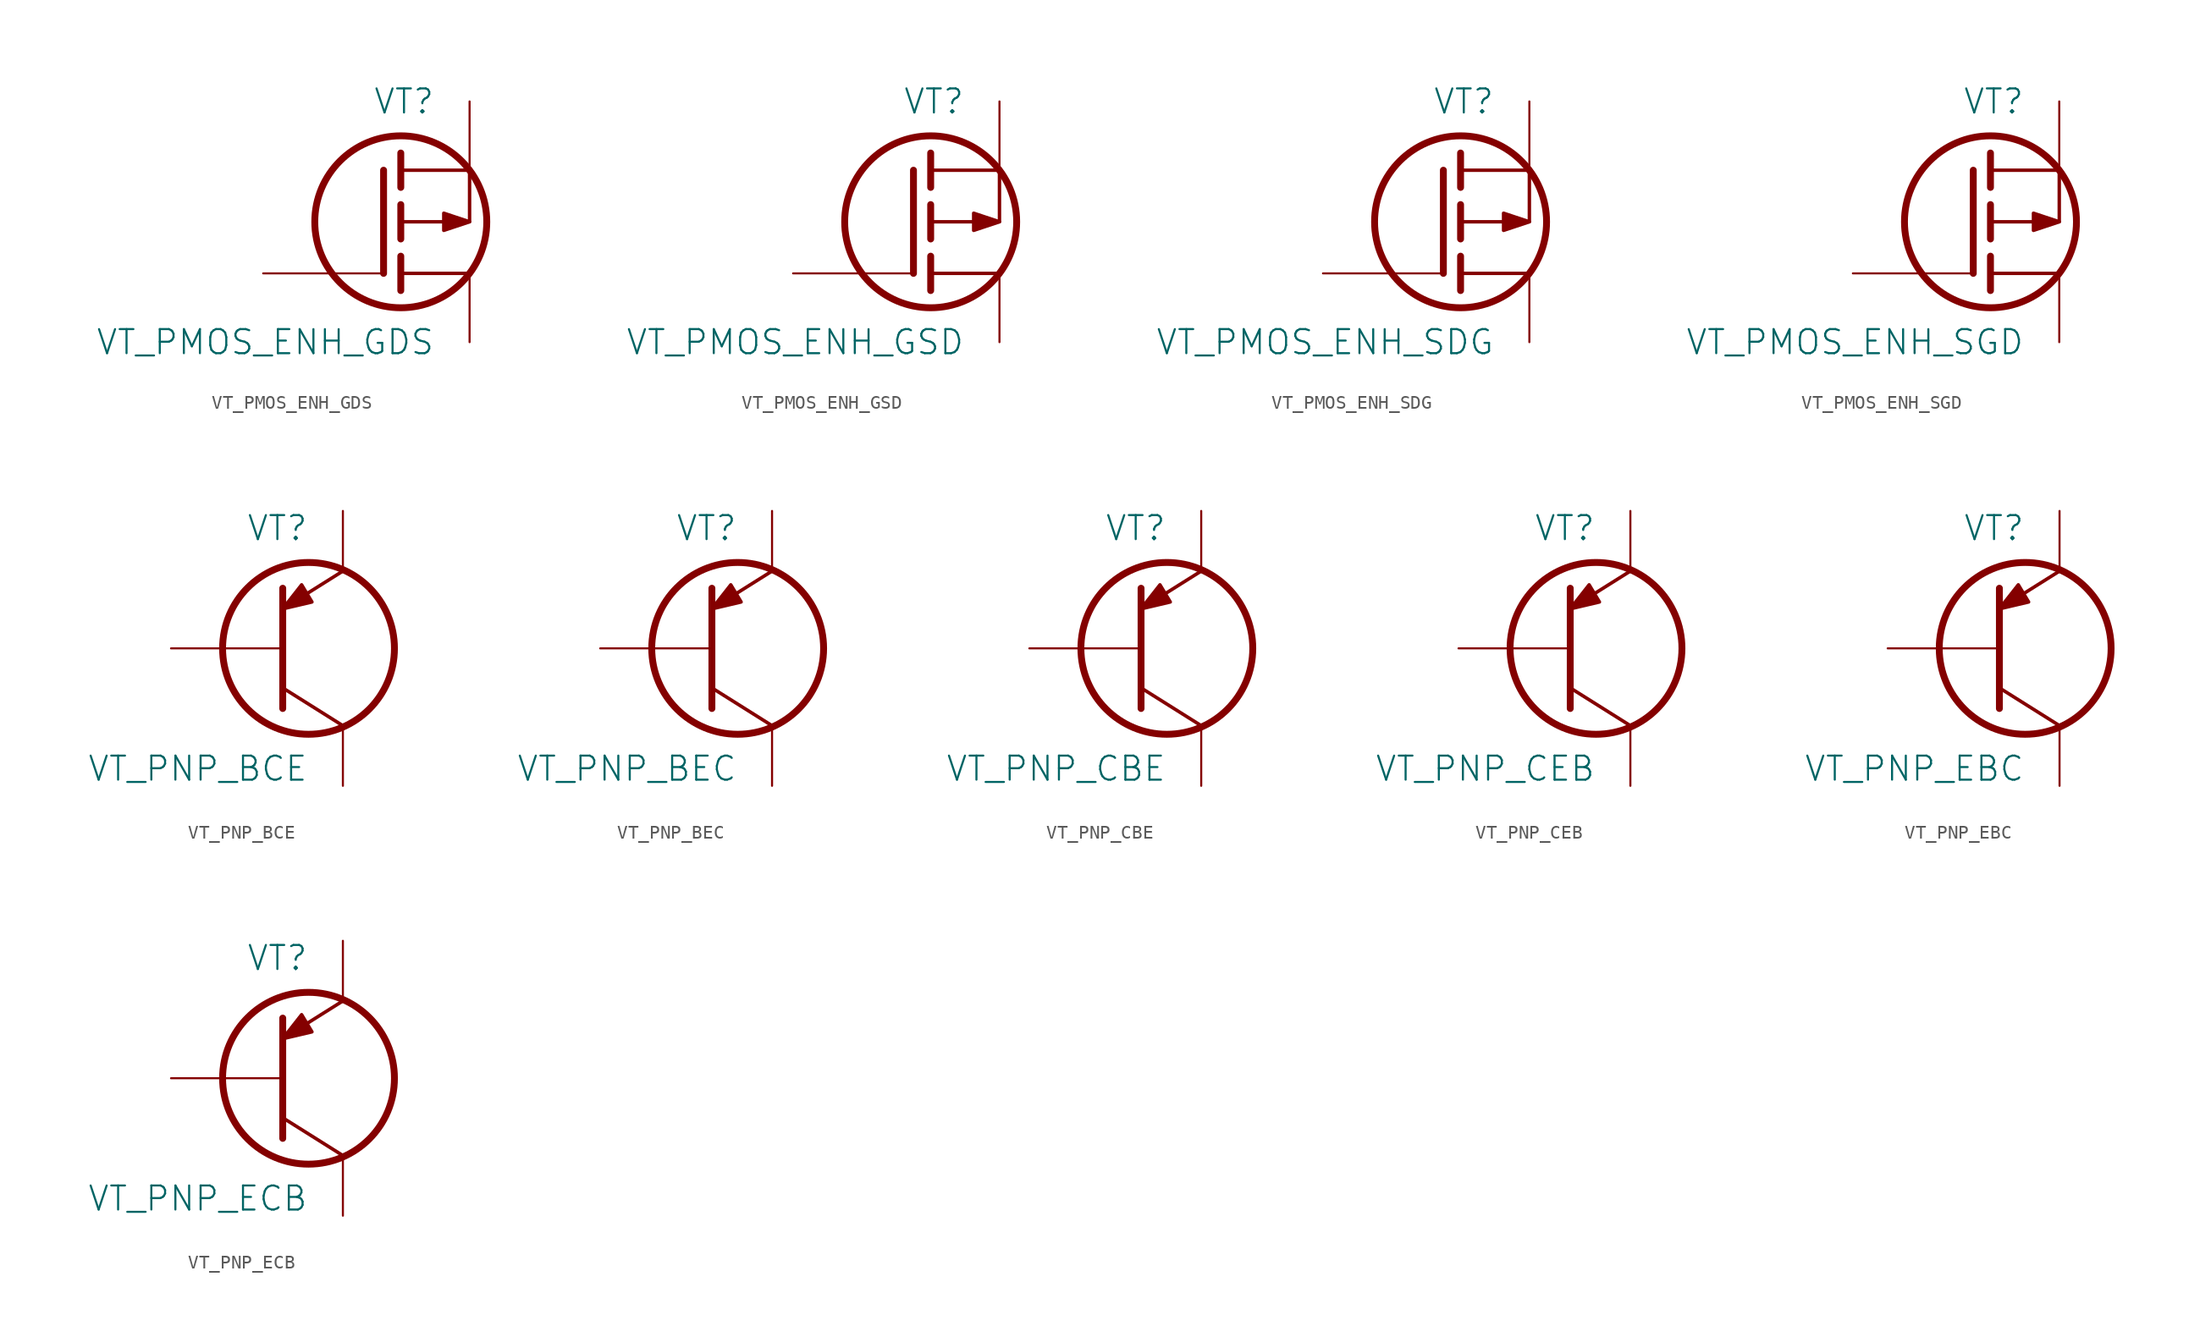
<source format=kicad_sym>
(kicad_symbol_lib
  (version 20211014)
  (generator kicad_symbol_editor)
  (symbol "VT_PMOS_ENH_GDS"
    (pin_names
      (offset 0))
    (property "Reference" "VT"
      (at 2.54 8.89 0)
      (effects (font (size 1.778 1.778)) (justify right)))
    (property "Value" "VT_PMOS_ENH_GDS"
      (at 2.54 -8.89 0)
      (effects (font (size 1.778 1.778)) (justify right)))
    (symbol "VT_PMOS_ENH_GDS_0_1"
      (polyline (pts (xy -10.16 -3.81) (xy -1.27 -3.81)) (stroke (width 0) (type default) (color 0 0 0 0)) (fill (type none)))
      (polyline (pts (xy -1.27 -3.81) (xy -1.27 3.81)) (stroke (width 0.508) (type default) (color 0 0 0 0)) (fill (type none)))
      (polyline (pts (xy 0 -3.81) (xy 5.08 -3.81)) (stroke (width 0.254) (type default) (color 0 0 0 0)) (fill (type none)))
      (polyline (pts (xy 0 -2.54) (xy 0 -5.08)) (stroke (width 0.508) (type default) (color 0 0 0 0)) (fill (type none)))
      (polyline (pts (xy 0 1.27) (xy 0 -1.27)) (stroke (width 0.508) (type default) (color 0 0 0 0)) (fill (type none)))
      (polyline (pts (xy 0 3.81) (xy 5.08 3.81)) (stroke (width 0.254) (type default) (color 0 0 0 0)) (fill (type none)))
      (polyline (pts (xy 0 5.08) (xy 0 2.54)) (stroke (width 0.508) (type default) (color 0 0 0 0)) (fill (type none)))
      (polyline (pts (xy 5.08 -3.81) (xy 5.08 -8.89)) (stroke (width 0) (type default) (color 0 0 0 0)) (fill (type none)))
      (polyline (pts (xy 5.08 3.81) (xy 5.08 8.89)) (stroke (width 0) (type default) (color 0 0 0 0)) (fill (type none)))
      (polyline (pts (xy 0 0) (xy 5.08 0) (xy 5.08 3.81)) (stroke (width 0.254) (type default) (color 0 0 0 0)) (fill (type none)))
      (polyline (pts (xy 3.175 -0.635) (xy 5.08 0) (xy 3.175 0.635) (xy 3.175 -0.635)) (stroke (width 0.254) (type default) (color 0 0 0 0)) (fill (type outline)))
      (circle (center 0 0) (radius 6.35) (stroke (width 0.508) (type default) (color 0 0 0 0)) (fill (type none))))
    (symbol "VT_PMOS_ENH_GDS_1_1"
      (pin passive line (at -10.16 -3.81 0) (length 2.54) hide (name "G" (effects (font (size 1.27 1.27)))) (number "1" (effects (font (size 1.27 1.27)))))
      (pin passive line (at 5.08 -8.89 90) (length 2.54) hide (name "D" (effects (font (size 1.27 1.27)))) (number "2" (effects (font (size 1.27 1.27)))))
      (pin passive line (at 5.08 8.89 270) (length 2.54) hide (name "S" (effects (font (size 1.27 1.27)))) (number "3" (effects (font (size 1.27 1.27)))))))
  (symbol "VT_PMOS_ENH_GSD"
    (pin_names
      (offset 0))
    (property "Reference" "VT"
      (at 2.54 8.89 0)
      (effects (font (size 1.778 1.778)) (justify right)))
    (property "Value" "VT_PMOS_ENH_GSD"
      (at 2.54 -8.89 0)
      (effects (font (size 1.778 1.778)) (justify right)))
    (symbol "VT_PMOS_ENH_GSD_0_1"
      (polyline (pts (xy -10.16 -3.81) (xy -1.27 -3.81)) (stroke (width 0) (type default) (color 0 0 0 0)) (fill (type none)))
      (polyline (pts (xy -1.27 -3.81) (xy -1.27 3.81)) (stroke (width 0.508) (type default) (color 0 0 0 0)) (fill (type none)))
      (polyline (pts (xy 0 -3.81) (xy 5.08 -3.81)) (stroke (width 0.254) (type default) (color 0 0 0 0)) (fill (type none)))
      (polyline (pts (xy 0 -2.54) (xy 0 -5.08)) (stroke (width 0.508) (type default) (color 0 0 0 0)) (fill (type none)))
      (polyline (pts (xy 0 1.27) (xy 0 -1.27)) (stroke (width 0.508) (type default) (color 0 0 0 0)) (fill (type none)))
      (polyline (pts (xy 0 3.81) (xy 5.08 3.81)) (stroke (width 0.254) (type default) (color 0 0 0 0)) (fill (type none)))
      (polyline (pts (xy 0 5.08) (xy 0 2.54)) (stroke (width 0.508) (type default) (color 0 0 0 0)) (fill (type none)))
      (polyline (pts (xy 5.08 -3.81) (xy 5.08 -8.89)) (stroke (width 0) (type default) (color 0 0 0 0)) (fill (type none)))
      (polyline (pts (xy 5.08 3.81) (xy 5.08 8.89)) (stroke (width 0) (type default) (color 0 0 0 0)) (fill (type none)))
      (polyline (pts (xy 0 0) (xy 5.08 0) (xy 5.08 3.81)) (stroke (width 0.254) (type default) (color 0 0 0 0)) (fill (type none)))
      (polyline (pts (xy 3.175 -0.635) (xy 5.08 0) (xy 3.175 0.635) (xy 3.175 -0.635)) (stroke (width 0.254) (type default) (color 0 0 0 0)) (fill (type outline)))
      (circle (center 0 0) (radius 6.35) (stroke (width 0.508) (type default) (color 0 0 0 0)) (fill (type none))))
    (symbol "VT_PMOS_ENH_GSD_1_1"
      (pin passive line (at -10.16 -3.81 0) (length 2.54) hide (name "G" (effects (font (size 1.27 1.27)))) (number "1" (effects (font (size 1.27 1.27)))))
      (pin passive line (at 5.08 8.89 270) (length 2.54) hide (name "S" (effects (font (size 1.27 1.27)))) (number "2" (effects (font (size 1.27 1.27)))))
      (pin passive line (at 5.08 -8.89 90) (length 2.54) hide (name "D" (effects (font (size 1.27 1.27)))) (number "3" (effects (font (size 1.27 1.27)))))))
  (symbol "VT_PMOS_ENH_SDG"
    (pin_names
      (offset 0))
    (property "Reference" "VT"
      (at 2.54 8.89 0)
      (effects (font (size 1.778 1.778)) (justify right)))
    (property "Value" "VT_PMOS_ENH_SDG"
      (at 2.54 -8.89 0)
      (effects (font (size 1.778 1.778)) (justify right)))
    (symbol "VT_PMOS_ENH_SDG_0_1"
      (polyline (pts (xy -10.16 -3.81) (xy -1.27 -3.81)) (stroke (width 0) (type default) (color 0 0 0 0)) (fill (type none)))
      (polyline (pts (xy -1.27 -3.81) (xy -1.27 3.81)) (stroke (width 0.508) (type default) (color 0 0 0 0)) (fill (type none)))
      (polyline (pts (xy 0 -3.81) (xy 5.08 -3.81)) (stroke (width 0.254) (type default) (color 0 0 0 0)) (fill (type none)))
      (polyline (pts (xy 0 -2.54) (xy 0 -5.08)) (stroke (width 0.508) (type default) (color 0 0 0 0)) (fill (type none)))
      (polyline (pts (xy 0 1.27) (xy 0 -1.27)) (stroke (width 0.508) (type default) (color 0 0 0 0)) (fill (type none)))
      (polyline (pts (xy 0 3.81) (xy 5.08 3.81)) (stroke (width 0.254) (type default) (color 0 0 0 0)) (fill (type none)))
      (polyline (pts (xy 0 5.08) (xy 0 2.54)) (stroke (width 0.508) (type default) (color 0 0 0 0)) (fill (type none)))
      (polyline (pts (xy 5.08 -3.81) (xy 5.08 -8.89)) (stroke (width 0) (type default) (color 0 0 0 0)) (fill (type none)))
      (polyline (pts (xy 5.08 3.81) (xy 5.08 8.89)) (stroke (width 0) (type default) (color 0 0 0 0)) (fill (type none)))
      (polyline (pts (xy 0 0) (xy 5.08 0) (xy 5.08 3.81)) (stroke (width 0.254) (type default) (color 0 0 0 0)) (fill (type none)))
      (polyline (pts (xy 3.175 -0.635) (xy 5.08 0) (xy 3.175 0.635) (xy 3.175 -0.635)) (stroke (width 0.254) (type default) (color 0 0 0 0)) (fill (type outline)))
      (circle (center 0 0) (radius 6.35) (stroke (width 0.508) (type default) (color 0 0 0 0)) (fill (type none))))
    (symbol "VT_PMOS_ENH_SDG_1_1"
      (pin passive line (at 5.08 8.89 270) (length 2.54) hide (name "S" (effects (font (size 1.27 1.27)))) (number "1" (effects (font (size 1.27 1.27)))))
      (pin passive line (at 5.08 -8.89 90) (length 2.54) hide (name "D" (effects (font (size 1.27 1.27)))) (number "2" (effects (font (size 1.27 1.27)))))
      (pin passive line (at -10.16 -3.81 0) (length 2.54) hide (name "G" (effects (font (size 1.27 1.27)))) (number "3" (effects (font (size 1.27 1.27)))))))
  (symbol "VT_PMOS_ENH_SGD"
    (pin_names
      (offset 0))
    (property "Reference" "VT"
      (at 2.54 8.89 0)
      (effects (font (size 1.778 1.778)) (justify right)))
    (property "Value" "VT_PMOS_ENH_SGD"
      (at 2.54 -8.89 0)
      (effects (font (size 1.778 1.778)) (justify right)))
    (symbol "VT_PMOS_ENH_SGD_0_1"
      (polyline (pts (xy -10.16 -3.81) (xy -1.27 -3.81)) (stroke (width 0) (type default) (color 0 0 0 0)) (fill (type none)))
      (polyline (pts (xy -1.27 -3.81) (xy -1.27 3.81)) (stroke (width 0.508) (type default) (color 0 0 0 0)) (fill (type none)))
      (polyline (pts (xy 0 -3.81) (xy 5.08 -3.81)) (stroke (width 0.254) (type default) (color 0 0 0 0)) (fill (type none)))
      (polyline (pts (xy 0 -2.54) (xy 0 -5.08)) (stroke (width 0.508) (type default) (color 0 0 0 0)) (fill (type none)))
      (polyline (pts (xy 0 1.27) (xy 0 -1.27)) (stroke (width 0.508) (type default) (color 0 0 0 0)) (fill (type none)))
      (polyline (pts (xy 0 3.81) (xy 5.08 3.81)) (stroke (width 0.254) (type default) (color 0 0 0 0)) (fill (type none)))
      (polyline (pts (xy 0 5.08) (xy 0 2.54)) (stroke (width 0.508) (type default) (color 0 0 0 0)) (fill (type none)))
      (polyline (pts (xy 5.08 -3.81) (xy 5.08 -8.89)) (stroke (width 0) (type default) (color 0 0 0 0)) (fill (type none)))
      (polyline (pts (xy 5.08 3.81) (xy 5.08 8.89)) (stroke (width 0) (type default) (color 0 0 0 0)) (fill (type none)))
      (polyline (pts (xy 0 0) (xy 5.08 0) (xy 5.08 3.81)) (stroke (width 0.254) (type default) (color 0 0 0 0)) (fill (type none)))
      (polyline (pts (xy 3.175 -0.635) (xy 5.08 0) (xy 3.175 0.635) (xy 3.175 -0.635)) (stroke (width 0.254) (type default) (color 0 0 0 0)) (fill (type outline)))
      (circle (center 0 0) (radius 6.35) (stroke (width 0.508) (type default) (color 0 0 0 0)) (fill (type none))))
    (symbol "VT_PMOS_ENH_SGD_1_1"
      (pin passive line (at 5.08 8.89 270) (length 2.54) hide (name "S" (effects (font (size 1.27 1.27)))) (number "1" (effects (font (size 1.27 1.27)))))
      (pin passive line (at -10.16 -3.81 0) (length 2.54) hide (name "G" (effects (font (size 1.27 1.27)))) (number "2" (effects (font (size 1.27 1.27)))))
      (pin passive line (at 5.08 -8.89 90) (length 2.54) hide (name "D" (effects (font (size 1.27 1.27)))) (number "3" (effects (font (size 1.27 1.27)))))))
  (symbol "VT_PNP_BCE"
    (pin_names
      (offset 0))
    (property "Reference" "VT"
      (at 0 8.89 0)
      (effects (font (size 1.778 1.778)) (justify right)))
    (property "Value" "VT_PNP_BCE"
      (at 0 -8.89 0)
      (effects (font (size 1.778 1.778)) (justify right)))
    (symbol "VT_PNP_BCE_0_1"
      (polyline (pts (xy -10.16 0) (xy -1.905 0)) (stroke (width 0) (type default) (color 0 0 0 0)) (fill (type none)))
      (polyline (pts (xy -1.905 -2.921) (xy 2.54 -5.715)) (stroke (width 0.254) (type default) (color 0 0 0 0)) (fill (type none)))
      (polyline (pts (xy -1.905 2.921) (xy 2.54 5.715)) (stroke (width 0.254) (type default) (color 0 0 0 0)) (fill (type none)))
      (polyline (pts (xy -1.905 4.445) (xy -1.905 -4.445)) (stroke (width 0.508) (type default) (color 0 0 0 0)) (fill (type none)))
      (polyline (pts (xy 2.54 -5.715) (xy 2.54 -10.16)) (stroke (width 0) (type default) (color 0 0 0 0)) (fill (type none)))
      (polyline (pts (xy 2.54 5.715) (xy 2.54 10.16)) (stroke (width 0) (type default) (color 0 0 0 0)) (fill (type none)))
      (polyline (pts (xy -1.905 2.921) (xy 0.254 3.429) (xy -0.508 4.699) (xy -1.905 2.921)) (stroke (width 0.254) (type default) (color 0 0 0 0)) (fill (type outline)))
      (circle (center 0 0) (radius 6.35) (stroke (width 0.508) (type default) (color 0 0 0 0)) (fill (type none))))
    (symbol "VT_PNP_BCE_1_1"
      (pin passive line (at -10.16 0 0) (length 2.54) hide (name "B" (effects (font (size 1.27 1.27)))) (number "1" (effects (font (size 1.27 1.27)))))
      (pin passive line (at 2.54 -10.16 90) (length 2.54) hide (name "C" (effects (font (size 1.27 1.27)))) (number "2" (effects (font (size 1.27 1.27)))))
      (pin passive line (at 2.54 10.16 270) (length 2.54) hide (name "E" (effects (font (size 1.27 1.27)))) (number "3" (effects (font (size 1.27 1.27)))))))
  (symbol "VT_PNP_BEC"
    (pin_names
      (offset 0))
    (property "Reference" "VT"
      (at 0 8.89 0)
      (effects (font (size 1.778 1.778)) (justify right)))
    (property "Value" "VT_PNP_BEC"
      (at 0 -8.89 0)
      (effects (font (size 1.778 1.778)) (justify right)))
    (symbol "VT_PNP_BEC_0_1"
      (polyline (pts (xy -10.16 0) (xy -1.905 0)) (stroke (width 0) (type default) (color 0 0 0 0)) (fill (type none)))
      (polyline (pts (xy -1.905 -2.921) (xy 2.54 -5.715)) (stroke (width 0.254) (type default) (color 0 0 0 0)) (fill (type none)))
      (polyline (pts (xy -1.905 2.921) (xy 2.54 5.715)) (stroke (width 0.254) (type default) (color 0 0 0 0)) (fill (type none)))
      (polyline (pts (xy -1.905 4.445) (xy -1.905 -4.445)) (stroke (width 0.508) (type default) (color 0 0 0 0)) (fill (type none)))
      (polyline (pts (xy 2.54 -5.715) (xy 2.54 -10.16)) (stroke (width 0) (type default) (color 0 0 0 0)) (fill (type none)))
      (polyline (pts (xy 2.54 5.715) (xy 2.54 10.16)) (stroke (width 0) (type default) (color 0 0 0 0)) (fill (type none)))
      (polyline (pts (xy -1.905 2.921) (xy 0.254 3.429) (xy -0.508 4.699) (xy -1.905 2.921)) (stroke (width 0.254) (type default) (color 0 0 0 0)) (fill (type outline)))
      (circle (center 0 0) (radius 6.35) (stroke (width 0.508) (type default) (color 0 0 0 0)) (fill (type none))))
    (symbol "VT_PNP_BEC_1_1"
      (pin passive line (at -10.16 0 0) (length 2.54) hide (name "B" (effects (font (size 1.27 1.27)))) (number "1" (effects (font (size 1.27 1.27)))))
      (pin passive line (at 2.54 10.16 270) (length 2.54) hide (name "E" (effects (font (size 1.27 1.27)))) (number "2" (effects (font (size 1.27 1.27)))))
      (pin passive line (at 2.54 -10.16 90) (length 2.54) hide (name "C" (effects (font (size 1.27 1.27)))) (number "3" (effects (font (size 1.27 1.27)))))))
  (symbol "VT_PNP_CBE"
    (pin_names
      (offset 0))
    (property "Reference" "VT"
      (at 0 8.89 0)
      (effects (font (size 1.778 1.778)) (justify right)))
    (property "Value" "VT_PNP_CBE"
      (at 0 -8.89 0)
      (effects (font (size 1.778 1.778)) (justify right)))
    (symbol "VT_PNP_CBE_0_1"
      (polyline (pts (xy -10.16 0) (xy -1.905 0)) (stroke (width 0) (type default) (color 0 0 0 0)) (fill (type none)))
      (polyline (pts (xy -1.905 -2.921) (xy 2.54 -5.715)) (stroke (width 0.254) (type default) (color 0 0 0 0)) (fill (type none)))
      (polyline (pts (xy -1.905 2.921) (xy 2.54 5.715)) (stroke (width 0.254) (type default) (color 0 0 0 0)) (fill (type none)))
      (polyline (pts (xy -1.905 4.445) (xy -1.905 -4.445)) (stroke (width 0.508) (type default) (color 0 0 0 0)) (fill (type none)))
      (polyline (pts (xy 2.54 -5.715) (xy 2.54 -10.16)) (stroke (width 0) (type default) (color 0 0 0 0)) (fill (type none)))
      (polyline (pts (xy 2.54 5.715) (xy 2.54 10.16)) (stroke (width 0) (type default) (color 0 0 0 0)) (fill (type none)))
      (polyline (pts (xy -1.905 2.921) (xy 0.254 3.429) (xy -0.508 4.699) (xy -1.905 2.921)) (stroke (width 0.254) (type default) (color 0 0 0 0)) (fill (type outline)))
      (circle (center 0 0) (radius 6.35) (stroke (width 0.508) (type default) (color 0 0 0 0)) (fill (type none))))
    (symbol "VT_PNP_CBE_1_1"
      (pin passive line (at 2.54 -10.16 90) (length 2.54) hide (name "C" (effects (font (size 1.27 1.27)))) (number "1" (effects (font (size 1.27 1.27)))))
      (pin passive line (at -10.16 0 0) (length 2.54) hide (name "B" (effects (font (size 1.27 1.27)))) (number "2" (effects (font (size 1.27 1.27)))))
      (pin passive line (at 2.54 10.16 270) (length 2.54) hide (name "E" (effects (font (size 1.27 1.27)))) (number "3" (effects (font (size 1.27 1.27)))))))
  (symbol "VT_PNP_CEB"
    (pin_names
      (offset 0))
    (property "Reference" "VT"
      (at 0 8.89 0)
      (effects (font (size 1.778 1.778)) (justify right)))
    (property "Value" "VT_PNP_CEB"
      (at 0 -8.89 0)
      (effects (font (size 1.778 1.778)) (justify right)))
    (symbol "VT_PNP_CEB_0_1"
      (polyline (pts (xy -10.16 0) (xy -1.905 0)) (stroke (width 0) (type default) (color 0 0 0 0)) (fill (type none)))
      (polyline (pts (xy -1.905 -2.921) (xy 2.54 -5.715)) (stroke (width 0.254) (type default) (color 0 0 0 0)) (fill (type none)))
      (polyline (pts (xy -1.905 2.921) (xy 2.54 5.715)) (stroke (width 0.254) (type default) (color 0 0 0 0)) (fill (type none)))
      (polyline (pts (xy -1.905 4.445) (xy -1.905 -4.445)) (stroke (width 0.508) (type default) (color 0 0 0 0)) (fill (type none)))
      (polyline (pts (xy 2.54 -5.715) (xy 2.54 -10.16)) (stroke (width 0) (type default) (color 0 0 0 0)) (fill (type none)))
      (polyline (pts (xy 2.54 5.715) (xy 2.54 10.16)) (stroke (width 0) (type default) (color 0 0 0 0)) (fill (type none)))
      (polyline (pts (xy -1.905 2.921) (xy 0.254 3.429) (xy -0.508 4.699) (xy -1.905 2.921)) (stroke (width 0.254) (type default) (color 0 0 0 0)) (fill (type outline)))
      (circle (center 0 0) (radius 6.35) (stroke (width 0.508) (type default) (color 0 0 0 0)) (fill (type none))))
    (symbol "VT_PNP_CEB_1_1"
      (pin passive line (at 2.54 -10.16 90) (length 2.54) hide (name "C" (effects (font (size 1.27 1.27)))) (number "1" (effects (font (size 1.27 1.27)))))
      (pin passive line (at 2.54 10.16 270) (length 2.54) hide (name "E" (effects (font (size 1.27 1.27)))) (number "2" (effects (font (size 1.27 1.27)))))
      (pin passive line (at -10.16 0 0) (length 2.54) hide (name "B" (effects (font (size 1.27 1.27)))) (number "3" (effects (font (size 1.27 1.27)))))))
  (symbol "VT_PNP_EBC"
    (pin_names
      (offset 0))
    (property "Reference" "VT"
      (at 0 8.89 0)
      (effects (font (size 1.778 1.778)) (justify right)))
    (property "Value" "VT_PNP_EBC"
      (at 0 -8.89 0)
      (effects (font (size 1.778 1.778)) (justify right)))
    (symbol "VT_PNP_EBC_0_1"
      (polyline (pts (xy -10.16 0) (xy -1.905 0)) (stroke (width 0) (type default) (color 0 0 0 0)) (fill (type none)))
      (polyline (pts (xy -1.905 -2.921) (xy 2.54 -5.715)) (stroke (width 0.254) (type default) (color 0 0 0 0)) (fill (type none)))
      (polyline (pts (xy -1.905 2.921) (xy 2.54 5.715)) (stroke (width 0.254) (type default) (color 0 0 0 0)) (fill (type none)))
      (polyline (pts (xy -1.905 4.445) (xy -1.905 -4.445)) (stroke (width 0.508) (type default) (color 0 0 0 0)) (fill (type none)))
      (polyline (pts (xy 2.54 -5.715) (xy 2.54 -10.16)) (stroke (width 0) (type default) (color 0 0 0 0)) (fill (type none)))
      (polyline (pts (xy 2.54 5.715) (xy 2.54 10.16)) (stroke (width 0) (type default) (color 0 0 0 0)) (fill (type none)))
      (polyline (pts (xy -1.905 2.921) (xy 0.254 3.429) (xy -0.508 4.699) (xy -1.905 2.921)) (stroke (width 0.254) (type default) (color 0 0 0 0)) (fill (type outline)))
      (circle (center 0 0) (radius 6.35) (stroke (width 0.508) (type default) (color 0 0 0 0)) (fill (type none))))
    (symbol "VT_PNP_EBC_1_1"
      (pin passive line (at 2.54 10.16 270) (length 2.54) hide (name "E" (effects (font (size 1.27 1.27)))) (number "1" (effects (font (size 1.27 1.27)))))
      (pin passive line (at -10.16 0 0) (length 2.54) hide (name "B" (effects (font (size 1.27 1.27)))) (number "2" (effects (font (size 1.27 1.27)))))
      (pin passive line (at 2.54 -10.16 90) (length 2.54) hide (name "C" (effects (font (size 1.27 1.27)))) (number "3" (effects (font (size 1.27 1.27)))))))
  (symbol "VT_PNP_ECB"
    (pin_names
      (offset 0))
    (property "Reference" "VT"
      (at 0 8.89 0)
      (effects (font (size 1.778 1.778)) (justify right)))
    (property "Value" "VT_PNP_ECB"
      (at 0 -8.89 0)
      (effects (font (size 1.778 1.778)) (justify right)))
    (symbol "VT_PNP_ECB_0_1"
      (polyline (pts (xy -10.16 0) (xy -1.905 0)) (stroke (width 0) (type default) (color 0 0 0 0)) (fill (type none)))
      (polyline (pts (xy -1.905 -2.921) (xy 2.54 -5.715)) (stroke (width 0.254) (type default) (color 0 0 0 0)) (fill (type none)))
      (polyline (pts (xy -1.905 2.921) (xy 2.54 5.715)) (stroke (width 0.254) (type default) (color 0 0 0 0)) (fill (type none)))
      (polyline (pts (xy -1.905 4.445) (xy -1.905 -4.445)) (stroke (width 0.508) (type default) (color 0 0 0 0)) (fill (type none)))
      (polyline (pts (xy 2.54 -5.715) (xy 2.54 -10.16)) (stroke (width 0) (type default) (color 0 0 0 0)) (fill (type none)))
      (polyline (pts (xy 2.54 5.715) (xy 2.54 10.16)) (stroke (width 0) (type default) (color 0 0 0 0)) (fill (type none)))
      (polyline (pts (xy -1.905 2.921) (xy 0.254 3.429) (xy -0.508 4.699) (xy -1.905 2.921)) (stroke (width 0.254) (type default) (color 0 0 0 0)) (fill (type outline)))
      (circle (center 0 0) (radius 6.35) (stroke (width 0.508) (type default) (color 0 0 0 0)) (fill (type none))))
    (symbol "VT_PNP_ECB_1_1"
      (pin passive line (at 2.54 10.16 270) (length 2.54) hide (name "E" (effects (font (size 1.27 1.27)))) (number "1" (effects (font (size 1.27 1.27)))))
      (pin passive line (at 2.54 -10.16 90) (length 2.54) hide (name "C" (effects (font (size 1.27 1.27)))) (number "2" (effects (font (size 1.27 1.27)))))
      (pin passive line (at -10.16 0 0) (length 2.54) hide (name "B" (effects (font (size 1.27 1.27)))) (number "3" (effects (font (size 1.27 1.27))))))))
</source>
